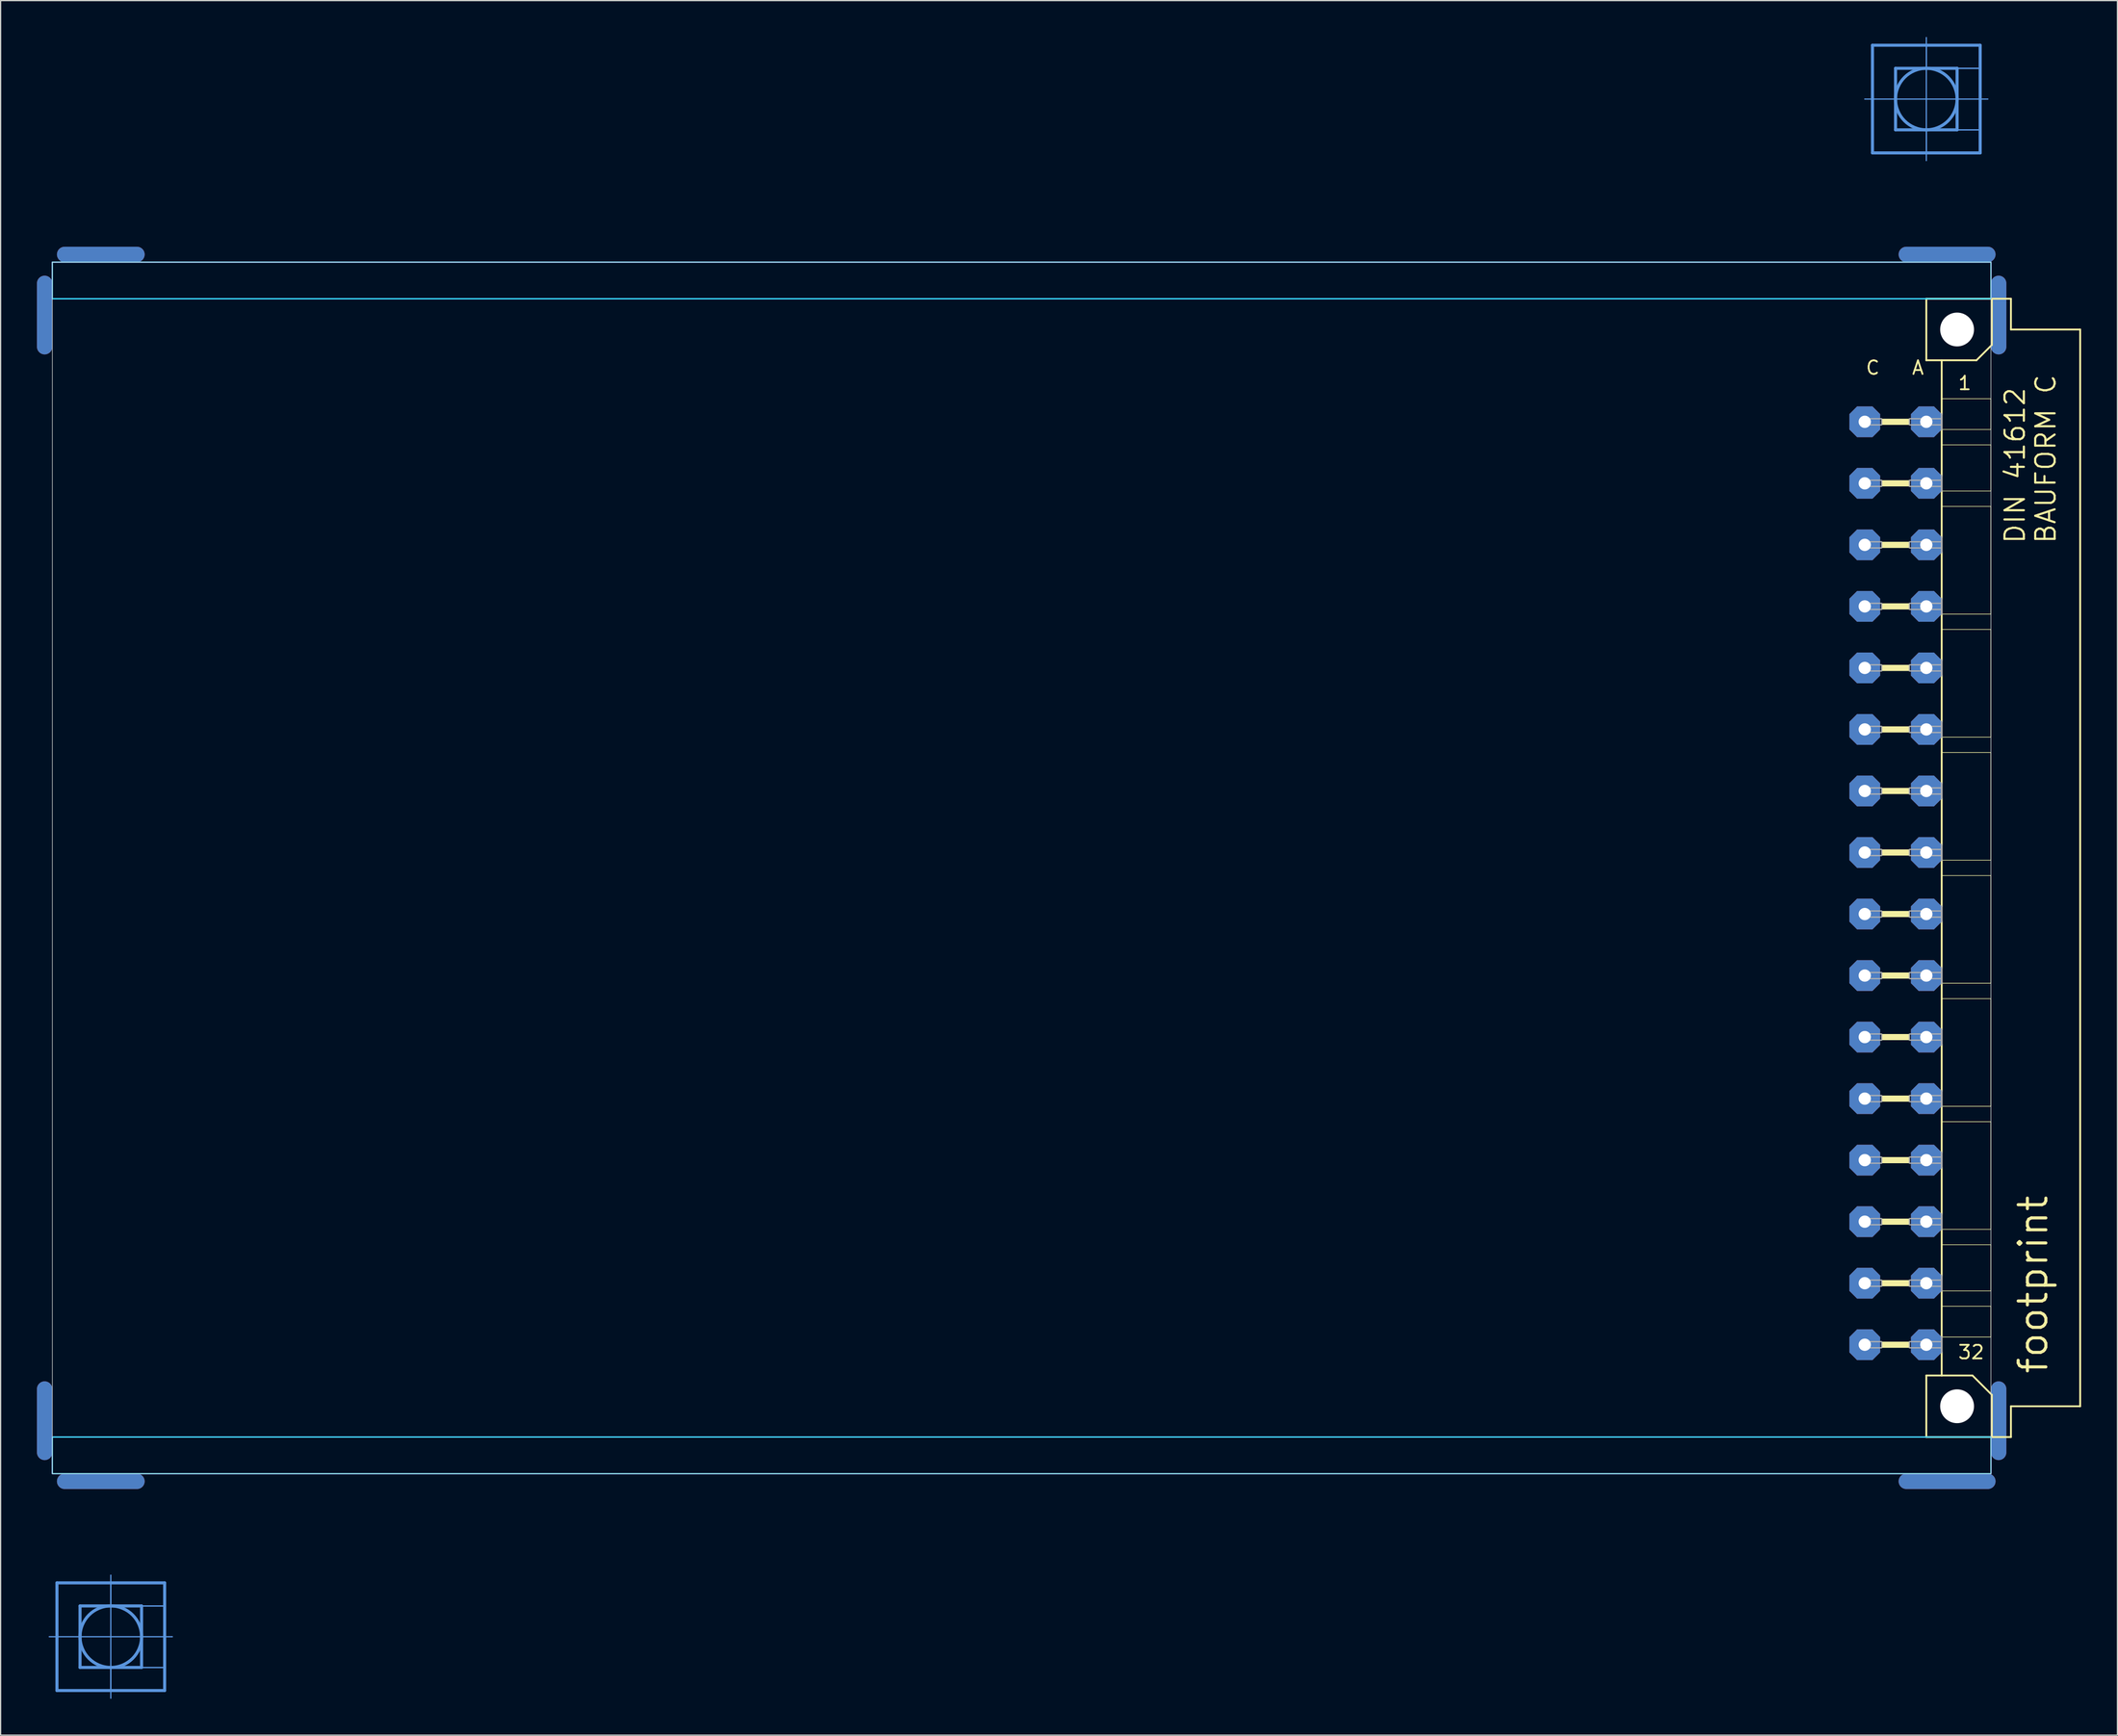
<source format=kicad_pcb>
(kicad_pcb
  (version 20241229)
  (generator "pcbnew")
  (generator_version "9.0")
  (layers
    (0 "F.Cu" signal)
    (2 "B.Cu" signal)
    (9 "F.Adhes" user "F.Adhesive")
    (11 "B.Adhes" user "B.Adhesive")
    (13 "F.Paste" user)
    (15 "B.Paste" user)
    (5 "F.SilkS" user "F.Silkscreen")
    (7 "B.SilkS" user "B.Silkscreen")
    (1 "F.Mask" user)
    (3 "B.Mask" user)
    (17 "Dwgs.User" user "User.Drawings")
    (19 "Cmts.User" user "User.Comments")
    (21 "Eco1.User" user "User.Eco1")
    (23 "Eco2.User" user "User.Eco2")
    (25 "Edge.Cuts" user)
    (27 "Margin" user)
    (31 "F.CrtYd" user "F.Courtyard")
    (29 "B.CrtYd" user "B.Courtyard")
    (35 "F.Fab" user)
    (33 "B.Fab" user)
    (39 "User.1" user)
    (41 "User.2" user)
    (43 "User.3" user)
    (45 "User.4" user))
  (footprint "footprint"
    (layer "F.Cu")
    (at 1.016 68.605)
    (property "Reference" "footprint" (at 165.1 41.91 90) (layer "F.SilkS") (effects (font (size 2.286 2.286) (thickness 0.254)) (justify left bottom)))
    (fp_line (start -0.381 -43.028) (end -0.381 -48.26) (stroke (width 1.27) (type solid)) (layer "F.Cu"))
    (fp_line (start -0.381 43.028) (end -0.381 48.26) (stroke (width 1.27) (type solid)) (layer "F.Cu"))
    (fp_line (start 7.239 -50.648) (end 1.27 -50.648) (stroke (width 1.27) (type solid)) (layer "F.Cu"))
    (fp_line (start 7.239 50.648) (end 1.27 50.648) (stroke (width 1.27) (type solid)) (layer "F.Cu"))
    (fp_line (start 153.289 -50.648) (end 160.02 -50.648) (stroke (width 1.27) (type solid)) (layer "F.Cu"))
    (fp_line (start 153.289 50.648) (end 160.02 50.648) (stroke (width 1.27) (type solid)) (layer "F.Cu"))
    (fp_line (start 160.909 -43.028) (end 160.909 -48.26) (stroke (width 1.27) (type solid)) (layer "F.Cu"))
    (fp_line (start 160.909 43.028) (end 160.909 48.26) (stroke (width 1.27) (type solid)) (layer "F.Cu"))
    (fp_line (start 0.254 -42.393) (end 0.254 -50.013) (stroke (width 0.152) (type solid)) (layer "F.Mask"))
    (fp_line (start 0.254 42.393) (end 0.254 50.013) (stroke (width 0.152) (type solid)) (layer "F.Mask"))
    (fp_line (start 7.874 -50.013) (end 0.254 -50.013) (stroke (width 0.152) (type solid)) (layer "F.Mask"))
    (fp_line (start 7.874 50.013) (end 0.254 50.013) (stroke (width 0.152) (type solid)) (layer "F.Mask"))
    (fp_line (start 152.654 -50.013) (end 160.274 -50.013) (stroke (width 0.152) (type solid)) (layer "F.Mask"))
    (fp_line (start 152.654 50.013) (end 160.274 50.013) (stroke (width 0.152) (type solid)) (layer "F.Mask"))
    (fp_line (start 160.274 -42.393) (end 160.274 -50.013) (stroke (width 0.152) (type solid)) (layer "F.Mask"))
    (fp_line (start 160.274 42.393) (end 160.274 50.013) (stroke (width 0.152) (type solid)) (layer "F.Mask"))
    (fp_line (start -0.381 -43.028) (end -0.381 -48.26) (stroke (width 1.27) (type solid)) (layer "B.Cu"))
    (fp_line (start -0.381 43.028) (end -0.381 48.26) (stroke (width 1.27) (type solid)) (layer "B.Cu"))
    (fp_line (start 7.239 -50.648) (end 1.27 -50.648) (stroke (width 1.27) (type solid)) (layer "B.Cu"))
    (fp_line (start 7.239 50.648) (end 1.27 50.648) (stroke (width 1.27) (type solid)) (layer "B.Cu"))
    (fp_line (start 153.289 -50.648) (end 160.02 -50.648) (stroke (width 1.27) (type solid)) (layer "B.Cu"))
    (fp_line (start 153.289 50.648) (end 160.02 50.648) (stroke (width 1.27) (type solid)) (layer "B.Cu"))
    (fp_line (start 160.909 -43.028) (end 160.909 -48.26) (stroke (width 1.27) (type solid)) (layer "B.Cu"))
    (fp_line (start 160.909 43.028) (end 160.909 48.26) (stroke (width 1.27) (type solid)) (layer "B.Cu"))
    (fp_line (start 0.254 -50.013) (end 7.874 -50.013) (stroke (width 0.152) (type solid)) (layer "B.Mask"))
    (fp_line (start 0.254 -42.393) (end 0.254 -50.013) (stroke (width 0.152) (type solid)) (layer "B.Mask"))
    (fp_line (start 0.254 50.013) (end 0.254 42.393) (stroke (width 0.152) (type solid)) (layer "B.Mask"))
    (fp_line (start 7.874 50.013) (end 0.254 50.013) (stroke (width 0.152) (type solid)) (layer "B.Mask"))
    (fp_line (start 152.654 -50.013) (end 160.274 -50.013) (stroke (width 0.152) (type solid)) (layer "B.Mask"))
    (fp_line (start 160.274 -50.013) (end 160.274 -42.393) (stroke (width 0.152) (type solid)) (layer "B.Mask"))
    (fp_line (start 160.274 42.393) (end 160.274 50.013) (stroke (width 0.152) (type solid)) (layer "B.Mask"))
    (fp_line (start 160.274 50.013) (end 152.654 50.013) (stroke (width 0.152) (type solid)) (layer "B.Mask"))
    (fp_line (start 154.94 -46.99) (end 154.94 -41.91) (stroke (width 0.152) (type solid)) (layer "F.SilkS"))
    (fp_line (start 154.94 -41.91) (end 156.21 -41.91) (stroke (width 0.152) (type solid)) (layer "F.SilkS"))
    (fp_line (start 154.94 41.91) (end 154.94 46.99) (stroke (width 0.152) (type solid)) (layer "F.SilkS"))
    (fp_line (start 154.94 41.91) (end 156.21 41.91) (stroke (width 0.152) (type solid)) (layer "F.SilkS"))
    (fp_line (start 154.94 46.99) (end 160.35 46.99) (stroke (width 0.152) (type solid)) (layer "F.SilkS"))
    (fp_line (start 156.21 -41.91) (end 156.21 -38.735) (stroke (width 0.152) (type solid)) (layer "F.SilkS"))
    (fp_line (start 156.21 -41.91) (end 159.08 -41.91) (stroke (width 0.152) (type solid)) (layer "F.SilkS"))
    (fp_line (start 156.21 -38.735) (end 156.21 -37.465) (stroke (width 0.152) (type solid)) (layer "F.SilkS"))
    (fp_line (start 156.21 -36.195) (end 156.21 -34.925) (stroke (width 0.152) (type solid)) (layer "F.SilkS"))
    (fp_line (start 156.21 -32.385) (end 156.21 -34.925) (stroke (width 0.152) (type solid)) (layer "F.SilkS"))
    (fp_line (start 156.21 -31.115) (end 156.21 -29.845) (stroke (width 0.152) (type solid)) (layer "F.SilkS"))
    (fp_line (start 156.21 -27.305) (end 156.21 -29.845) (stroke (width 0.152) (type solid)) (layer "F.SilkS"))
    (fp_line (start 156.21 -22.225) (end 156.21 -26.035) (stroke (width 0.152) (type solid)) (layer "F.SilkS"))
    (fp_line (start 156.21 -20.955) (end 156.21 -19.685) (stroke (width 0.152) (type solid)) (layer "F.SilkS"))
    (fp_line (start 156.21 -17.145) (end 156.21 -19.685) (stroke (width 0.152) (type solid)) (layer "F.SilkS"))
    (fp_line (start 156.21 -12.065) (end 156.21 -15.875) (stroke (width 0.152) (type solid)) (layer "F.SilkS"))
    (fp_line (start 156.21 -10.795) (end 156.21 -9.525) (stroke (width 0.152) (type solid)) (layer "F.SilkS"))
    (fp_line (start 156.21 -6.985) (end 156.21 -9.525) (stroke (width 0.152) (type solid)) (layer "F.SilkS"))
    (fp_line (start 156.21 -1.905) (end 156.21 -5.715) (stroke (width 0.152) (type solid)) (layer "F.SilkS"))
    (fp_line (start 156.21 -0.635) (end 156.21 0.635) (stroke (width 0.152) (type solid)) (layer "F.SilkS"))
    (fp_line (start 156.21 3.175) (end 156.21 0.635) (stroke (width 0.152) (type solid)) (layer "F.SilkS"))
    (fp_line (start 156.21 8.255) (end 156.21 4.445) (stroke (width 0.152) (type solid)) (layer "F.SilkS"))
    (fp_line (start 156.21 9.525) (end 156.21 10.795) (stroke (width 0.152) (type solid)) (layer "F.SilkS"))
    (fp_line (start 156.21 13.335) (end 156.21 10.795) (stroke (width 0.152) (type solid)) (layer "F.SilkS"))
    (fp_line (start 156.21 18.415) (end 156.21 14.605) (stroke (width 0.152) (type solid)) (layer "F.SilkS"))
    (fp_line (start 156.21 19.685) (end 156.21 20.955) (stroke (width 0.152) (type solid)) (layer "F.SilkS"))
    (fp_line (start 156.21 23.495) (end 156.21 20.955) (stroke (width 0.152) (type solid)) (layer "F.SilkS"))
    (fp_line (start 156.21 28.575) (end 156.21 24.765) (stroke (width 0.152) (type solid)) (layer "F.SilkS"))
    (fp_line (start 156.21 29.845) (end 156.21 31.115) (stroke (width 0.152) (type solid)) (layer "F.SilkS"))
    (fp_line (start 156.21 33.655) (end 156.21 31.115) (stroke (width 0.152) (type solid)) (layer "F.SilkS"))
    (fp_line (start 156.21 34.925) (end 156.21 36.195) (stroke (width 0.152) (type solid)) (layer "F.SilkS"))
    (fp_line (start 156.21 36.195) (end 156.21 38.735) (stroke (width 0.152) (type solid)) (layer "F.SilkS"))
    (fp_line (start 156.21 40.005) (end 156.21 41.91) (stroke (width 0.152) (type solid)) (layer "F.SilkS"))
    (fp_line (start 156.21 41.91) (end 158.75 41.91) (stroke (width 0.152) (type solid)) (layer "F.SilkS"))
    (fp_line (start 159.08 -41.91) (end 160.35 -43.18) (stroke (width 0.152) (type solid)) (layer "F.SilkS"))
    (fp_line (start 160.274 -38.735) (end 156.21 -38.735) (stroke (width 0.051) (type solid)) (layer "F.SilkS"))
    (fp_line (start 160.274 -38.735) (end 160.274 -36.195) (stroke (width 0.051) (type solid)) (layer "F.SilkS"))
    (fp_line (start 160.274 -36.195) (end 156.21 -36.195) (stroke (width 0.051) (type solid)) (layer "F.SilkS"))
    (fp_line (start 160.274 -34.925) (end 156.21 -34.925) (stroke (width 0.051) (type solid)) (layer "F.SilkS"))
    (fp_line (start 160.274 -34.925) (end 160.274 -31.115) (stroke (width 0.051) (type solid)) (layer "F.SilkS"))
    (fp_line (start 160.274 -31.115) (end 156.21 -31.115) (stroke (width 0.051) (type solid)) (layer "F.SilkS"))
    (fp_line (start 160.274 -29.845) (end 156.21 -29.845) (stroke (width 0.051) (type solid)) (layer "F.SilkS"))
    (fp_line (start 160.274 -29.845) (end 160.274 -20.955) (stroke (width 0.051) (type solid)) (layer "F.SilkS"))
    (fp_line (start 160.274 -20.955) (end 156.21 -20.955) (stroke (width 0.051) (type solid)) (layer "F.SilkS"))
    (fp_line (start 160.274 -19.685) (end 156.21 -19.685) (stroke (width 0.051) (type solid)) (layer "F.SilkS"))
    (fp_line (start 160.274 -19.685) (end 160.274 -10.795) (stroke (width 0.051) (type solid)) (layer "F.SilkS"))
    (fp_line (start 160.274 -10.795) (end 156.21 -10.795) (stroke (width 0.051) (type solid)) (layer "F.SilkS"))
    (fp_line (start 160.274 -9.525) (end 156.21 -9.525) (stroke (width 0.051) (type solid)) (layer "F.SilkS"))
    (fp_line (start 160.274 -9.525) (end 160.274 -0.635) (stroke (width 0.051) (type solid)) (layer "F.SilkS"))
    (fp_line (start 160.274 -0.635) (end 156.21 -0.635) (stroke (width 0.051) (type solid)) (layer "F.SilkS"))
    (fp_line (start 160.274 0.635) (end 156.21 0.635) (stroke (width 0.051) (type solid)) (layer "F.SilkS"))
    (fp_line (start 160.274 0.635) (end 160.274 9.525) (stroke (width 0.051) (type solid)) (layer "F.SilkS"))
    (fp_line (start 160.274 9.525) (end 156.21 9.525) (stroke (width 0.051) (type solid)) (layer "F.SilkS"))
    (fp_line (start 160.274 10.795) (end 156.21 10.795) (stroke (width 0.051) (type solid)) (layer "F.SilkS"))
    (fp_line (start 160.274 10.795) (end 160.274 19.685) (stroke (width 0.051) (type solid)) (layer "F.SilkS"))
    (fp_line (start 160.274 19.685) (end 156.21 19.685) (stroke (width 0.051) (type solid)) (layer "F.SilkS"))
    (fp_line (start 160.274 20.955) (end 156.21 20.955) (stroke (width 0.051) (type solid)) (layer "F.SilkS"))
    (fp_line (start 160.274 20.955) (end 160.274 29.845) (stroke (width 0.051) (type solid)) (layer "F.SilkS"))
    (fp_line (start 160.274 29.845) (end 156.21 29.845) (stroke (width 0.051) (type solid)) (layer "F.SilkS"))
    (fp_line (start 160.274 31.115) (end 156.21 31.115) (stroke (width 0.051) (type solid)) (layer "F.SilkS"))
    (fp_line (start 160.274 31.115) (end 160.274 34.925) (stroke (width 0.051) (type solid)) (layer "F.SilkS"))
    (fp_line (start 160.274 34.925) (end 156.21 34.925) (stroke (width 0.051) (type solid)) (layer "F.SilkS"))
    (fp_line (start 160.274 36.195) (end 156.21 36.195) (stroke (width 0.051) (type solid)) (layer "F.SilkS"))
    (fp_line (start 160.274 36.195) (end 160.274 38.735) (stroke (width 0.051) (type solid)) (layer "F.SilkS"))
    (fp_line (start 160.274 38.735) (end 156.21 38.735) (stroke (width 0.051) (type solid)) (layer "F.SilkS"))
    (fp_line (start 160.35 -46.99) (end 154.94 -46.99) (stroke (width 0.152) (type solid)) (layer "F.SilkS"))
    (fp_line (start 160.35 -43.18) (end 160.35 -46.99) (stroke (width 0.152) (type solid)) (layer "F.SilkS"))
    (fp_line (start 160.35 43.51) (end 158.75 41.91) (stroke (width 0.152) (type solid)) (layer "F.SilkS"))
    (fp_line (start 160.35 43.51) (end 160.35 46.99) (stroke (width 0.152) (type solid)) (layer "F.SilkS"))
    (fp_line (start 160.35 46.99) (end 161.925 46.99) (stroke (width 0.152) (type solid)) (layer "F.SilkS"))
    (fp_line (start 161.925 -46.99) (end 160.35 -46.99) (stroke (width 0.152) (type solid)) (layer "F.SilkS"))
    (fp_line (start 161.925 -44.45) (end 161.925 -46.99) (stroke (width 0.152) (type solid)) (layer "F.SilkS"))
    (fp_line (start 161.925 44.45) (end 167.64 44.45) (stroke (width 0.152) (type solid)) (layer "F.SilkS"))
    (fp_line (start 161.925 46.99) (end 161.925 44.45) (stroke (width 0.152) (type solid)) (layer "F.SilkS"))
    (fp_line (start 167.64 -44.45) (end 161.925 -44.45) (stroke (width 0.152) (type solid)) (layer "F.SilkS"))
    (fp_line (start 167.64 44.45) (end 167.64 -44.45) (stroke (width 0.152) (type solid)) (layer "F.SilkS"))
    (fp_circle (center 157.48 -44.45) (end 158.75 -44.45) (stroke (width 0.152) (type solid)) (fill no) (layer "F.SilkS"))
    (fp_circle (center 157.48 44.45) (end 158.75 44.45) (stroke (width 0.152) (type solid)) (fill no) (layer "F.SilkS"))
    (fp_poly (pts (xy 151.257 -36.576) (xy 153.543 -36.576) (xy 153.543 -37.084) (xy 151.257 -37.084)) (stroke (width 0) (type solid)) (fill yes) (layer "F.SilkS"))
    (fp_poly (pts (xy 151.257 -31.496) (xy 153.543 -31.496) (xy 153.543 -32.004) (xy 151.257 -32.004)) (stroke (width 0) (type solid)) (fill yes) (layer "F.SilkS"))
    (fp_poly (pts (xy 151.257 -26.416) (xy 153.543 -26.416) (xy 153.543 -26.924) (xy 151.257 -26.924)) (stroke (width 0) (type solid)) (fill yes) (layer "F.SilkS"))
    (fp_poly (pts (xy 151.257 -21.336) (xy 153.543 -21.336) (xy 153.543 -21.844) (xy 151.257 -21.844)) (stroke (width 0) (type solid)) (fill yes) (layer "F.SilkS"))
    (fp_poly (pts (xy 151.257 -16.256) (xy 153.543 -16.256) (xy 153.543 -16.764) (xy 151.257 -16.764)) (stroke (width 0) (type solid)) (fill yes) (layer "F.SilkS"))
    (fp_poly (pts (xy 151.257 -11.176) (xy 153.543 -11.176) (xy 153.543 -11.684) (xy 151.257 -11.684)) (stroke (width 0) (type solid)) (fill yes) (layer "F.SilkS"))
    (fp_poly (pts (xy 151.257 -6.096) (xy 153.543 -6.096) (xy 153.543 -6.604) (xy 151.257 -6.604)) (stroke (width 0) (type solid)) (fill yes) (layer "F.SilkS"))
    (fp_poly (pts (xy 151.257 -1.016) (xy 153.543 -1.016) (xy 153.543 -1.524) (xy 151.257 -1.524)) (stroke (width 0) (type solid)) (fill yes) (layer "F.SilkS"))
    (fp_poly (pts (xy 151.257 4.064) (xy 153.543 4.064) (xy 153.543 3.556) (xy 151.257 3.556)) (stroke (width 0) (type solid)) (fill yes) (layer "F.SilkS"))
    (fp_poly (pts (xy 151.257 9.144) (xy 153.543 9.144) (xy 153.543 8.636) (xy 151.257 8.636)) (stroke (width 0) (type solid)) (fill yes) (layer "F.SilkS"))
    (fp_poly (pts (xy 151.257 14.224) (xy 153.543 14.224) (xy 153.543 13.716) (xy 151.257 13.716)) (stroke (width 0) (type solid)) (fill yes) (layer "F.SilkS"))
    (fp_poly (pts (xy 151.257 19.304) (xy 153.543 19.304) (xy 153.543 18.796) (xy 151.257 18.796)) (stroke (width 0) (type solid)) (fill yes) (layer "F.SilkS"))
    (fp_poly (pts (xy 151.257 24.384) (xy 153.543 24.384) (xy 153.543 23.876) (xy 151.257 23.876)) (stroke (width 0) (type solid)) (fill yes) (layer "F.SilkS"))
    (fp_poly (pts (xy 151.257 29.464) (xy 153.543 29.464) (xy 153.543 28.956) (xy 151.257 28.956)) (stroke (width 0) (type solid)) (fill yes) (layer "F.SilkS"))
    (fp_poly (pts (xy 151.257 34.544) (xy 153.543 34.544) (xy 153.543 34.036) (xy 151.257 34.036)) (stroke (width 0) (type solid)) (fill yes) (layer "F.SilkS"))
    (fp_poly (pts (xy 151.257 39.624) (xy 153.543 39.624) (xy 153.543 39.116) (xy 151.257 39.116)) (stroke (width 0) (type solid)) (fill yes) (layer "F.SilkS"))
    (fp_line (start 0 63.475) (end 0.635 63.475) (stroke (width 0.102) (type solid)) (layer "Cmts.User"))
    (fp_line (start 0.635 59.03) (end 9.525 59.03) (stroke (width 0.254) (type solid)) (layer "Cmts.User"))
    (fp_line (start 0.635 63.475) (end 0.635 59.03) (stroke (width 0.254) (type solid)) (layer "Cmts.User"))
    (fp_line (start 0.635 63.475) (end 10.16 63.475) (stroke (width 0.102) (type solid)) (layer "Cmts.User"))
    (fp_line (start 0.635 67.92) (end 0.635 63.475) (stroke (width 0.254) (type solid)) (layer "Cmts.User"))
    (fp_line (start 2.54 60.935) (end 2.54 66.015) (stroke (width 0.254) (type solid)) (layer "Cmts.User"))
    (fp_line (start 2.54 66.015) (end 7.62 66.015) (stroke (width 0.254) (type solid)) (layer "Cmts.User"))
    (fp_line (start 5.08 68.555) (end 5.08 58.395) (stroke (width 0.102) (type solid)) (layer "Cmts.User"))
    (fp_line (start 7.62 60.935) (end 2.54 60.935) (stroke (width 0.254) (type solid)) (layer "Cmts.User"))
    (fp_line (start 7.62 66.015) (end 7.62 60.935) (stroke (width 0.254) (type solid)) (layer "Cmts.User"))
    (fp_line (start 9.525 59.03) (end 9.525 67.92) (stroke (width 0.254) (type solid)) (layer "Cmts.User"))
    (fp_line (start 9.525 67.92) (end 0.635 67.92) (stroke (width 0.254) (type solid)) (layer "Cmts.User"))
    (fp_line (start 149.86 -63.475) (end 150.495 -63.475) (stroke (width 0.102) (type solid)) (layer "Cmts.User"))
    (fp_line (start 150.495 -67.92) (end 159.385 -67.92) (stroke (width 0.254) (type solid)) (layer "Cmts.User"))
    (fp_line (start 150.495 -63.475) (end 150.495 -67.92) (stroke (width 0.254) (type solid)) (layer "Cmts.User"))
    (fp_line (start 150.495 -63.475) (end 160.02 -63.475) (stroke (width 0.102) (type solid)) (layer "Cmts.User"))
    (fp_line (start 150.495 -59.03) (end 150.495 -63.475) (stroke (width 0.254) (type solid)) (layer "Cmts.User"))
    (fp_line (start 152.4 -66.015) (end 152.4 -60.935) (stroke (width 0.254) (type solid)) (layer "Cmts.User"))
    (fp_line (start 152.4 -60.935) (end 157.48 -60.935) (stroke (width 0.254) (type solid)) (layer "Cmts.User"))
    (fp_line (start 154.94 -58.395) (end 154.94 -68.555) (stroke (width 0.102) (type solid)) (layer "Cmts.User"))
    (fp_line (start 157.48 -66.015) (end 152.4 -66.015) (stroke (width 0.254) (type solid)) (layer "Cmts.User"))
    (fp_line (start 157.48 -60.935) (end 157.48 -66.015) (stroke (width 0.254) (type solid)) (layer "Cmts.User"))
    (fp_line (start 159.385 -67.92) (end 159.385 -59.03) (stroke (width 0.254) (type solid)) (layer "Cmts.User"))
    (fp_line (start 159.385 -59.03) (end 150.495 -59.03) (stroke (width 0.254) (type solid)) (layer "Cmts.User"))
    (fp_circle (center 5.08 63.475) (end 7.62 63.475) (stroke (width 0.254) (type solid)) (fill no) (layer "Cmts.User"))
    (fp_circle (center 154.94 -63.475) (end 157.48 -63.475) (stroke (width 0.254) (type solid)) (fill no) (layer "Cmts.User"))
    (fp_poly (pts (xy 5.08 60.935) (xy 9.525 60.935) (xy 9.525 59.03) (xy 5.08 59.03)) (stroke (width 0.1) (type solid)) (fill no) (layer "Cmts.User"))
    (fp_poly (pts (xy 5.08 67.92) (xy 9.525 67.92) (xy 9.525 66.015) (xy 5.08 66.015)) (stroke (width 0.1) (type solid)) (fill no) (layer "Cmts.User"))
    (fp_poly (pts (xy 7.62 66.015) (xy 9.525 66.015) (xy 9.525 60.935) (xy 7.62 60.935)) (stroke (width 0.1) (type solid)) (fill no) (layer "Cmts.User"))
    (fp_poly (pts (xy 154.94 -66.015) (xy 159.385 -66.015) (xy 159.385 -67.92) (xy 154.94 -67.92)) (stroke (width 0.1) (type solid)) (fill no) (layer "Cmts.User"))
    (fp_poly (pts (xy 154.94 -59.03) (xy 159.385 -59.03) (xy 159.385 -60.935) (xy 154.94 -60.935)) (stroke (width 0.1) (type solid)) (fill no) (layer "Cmts.User"))
    (fp_poly (pts (xy 157.48 -60.935) (xy 159.385 -60.935) (xy 159.385 -66.015) (xy 157.48 -66.015)) (stroke (width 0.1) (type solid)) (fill no) (layer "Cmts.User"))
    (fp_line (start 0.254 -50.013) (end 0.254 50.013) (stroke (width 0.05) (type solid)) (layer "Edge.Cuts"))
    (fp_line (start 0.254 50.013) (end 160.274 50.013) (stroke (width 0.05) (type solid)) (layer "Edge.Cuts"))
    (fp_line (start 160.274 -50.013) (end 0.254 -50.013) (stroke (width 0.05) (type solid)) (layer "Edge.Cuts"))
    (fp_line (start 160.274 50.013) (end 160.274 -50.013) (stroke (width 0.05) (type solid)) (layer "Edge.Cuts"))
    (fp_poly (pts (xy 0.254 -46.99) (xy 160.274 -46.99) (xy 160.274 -50.013) (xy 0.254 -50.013)) (stroke (width 0.1) (type solid)) (fill no) (layer "B.CrtYd"))
    (fp_poly (pts (xy 0.254 50.013) (xy 160.274 50.013) (xy 160.274 46.99) (xy 0.254 46.99)) (stroke (width 0.1) (type solid)) (fill no) (layer "B.CrtYd"))
    (fp_poly (pts (xy 0.254 -46.99) (xy 160.274 -46.99) (xy 160.274 -50.013) (xy 0.254 -50.013)) (stroke (width 0.1) (type solid)) (fill no) (layer "F.CrtYd"))
    (fp_poly (pts (xy 0.254 50.013) (xy 160.274 50.013) (xy 160.274 46.99) (xy 0.254 46.99)) (stroke (width 0.1) (type solid)) (fill no) (layer "F.CrtYd"))
    (fp_line (start 156.21 -36.195) (end 156.21 -37.465) (stroke (width 0.152) (type solid)) (layer "F.Fab"))
    (fp_line (start 156.21 -31.115) (end 156.21 -32.385) (stroke (width 0.152) (type solid)) (layer "F.Fab"))
    (fp_line (start 156.21 -26.035) (end 156.21 -27.305) (stroke (width 0.152) (type solid)) (layer "F.Fab"))
    (fp_line (start 156.21 -20.955) (end 156.21 -22.225) (stroke (width 0.152) (type solid)) (layer "F.Fab"))
    (fp_line (start 156.21 -15.875) (end 156.21 -17.145) (stroke (width 0.152) (type solid)) (layer "F.Fab"))
    (fp_line (start 156.21 -10.795) (end 156.21 -12.065) (stroke (width 0.152) (type solid)) (layer "F.Fab"))
    (fp_line (start 156.21 -5.715) (end 156.21 -6.985) (stroke (width 0.152) (type solid)) (layer "F.Fab"))
    (fp_line (start 156.21 -0.635) (end 156.21 -1.905) (stroke (width 0.152) (type solid)) (layer "F.Fab"))
    (fp_line (start 156.21 4.445) (end 156.21 3.175) (stroke (width 0.152) (type solid)) (layer "F.Fab"))
    (fp_line (start 156.21 9.525) (end 156.21 8.255) (stroke (width 0.152) (type solid)) (layer "F.Fab"))
    (fp_line (start 156.21 14.605) (end 156.21 13.335) (stroke (width 0.152) (type solid)) (layer "F.Fab"))
    (fp_line (start 156.21 19.685) (end 156.21 18.415) (stroke (width 0.152) (type solid)) (layer "F.Fab"))
    (fp_line (start 156.21 24.765) (end 156.21 23.495) (stroke (width 0.152) (type solid)) (layer "F.Fab"))
    (fp_line (start 156.21 29.845) (end 156.21 28.575) (stroke (width 0.152) (type solid)) (layer "F.Fab"))
    (fp_line (start 156.21 34.925) (end 156.21 33.655) (stroke (width 0.152) (type solid)) (layer "F.Fab"))
    (fp_line (start 156.21 40.005) (end 156.21 38.735) (stroke (width 0.152) (type solid)) (layer "F.Fab"))
    (fp_poly (pts (xy 149.606 -36.576) (xy 151.257 -36.576) (xy 151.257 -37.084) (xy 149.606 -37.084)) (stroke (width 0.1) (type solid)) (fill no) (layer "F.Fab"))
    (fp_poly (pts (xy 149.606 -31.496) (xy 151.257 -31.496) (xy 151.257 -32.004) (xy 149.606 -32.004)) (stroke (width 0.1) (type solid)) (fill no) (layer "F.Fab"))
    (fp_poly (pts (xy 149.606 -26.416) (xy 151.257 -26.416) (xy 151.257 -26.924) (xy 149.606 -26.924)) (stroke (width 0.1) (type solid)) (fill no) (layer "F.Fab"))
    (fp_poly (pts (xy 149.606 -21.336) (xy 151.257 -21.336) (xy 151.257 -21.844) (xy 149.606 -21.844)) (stroke (width 0.1) (type solid)) (fill no) (layer "F.Fab"))
    (fp_poly (pts (xy 149.606 -16.256) (xy 151.257 -16.256) (xy 151.257 -16.764) (xy 149.606 -16.764)) (stroke (width 0.1) (type solid)) (fill no) (layer "F.Fab"))
    (fp_poly (pts (xy 149.606 -11.176) (xy 151.257 -11.176) (xy 151.257 -11.684) (xy 149.606 -11.684)) (stroke (width 0.1) (type solid)) (fill no) (layer "F.Fab"))
    (fp_poly (pts (xy 149.606 -6.096) (xy 151.257 -6.096) (xy 151.257 -6.604) (xy 149.606 -6.604)) (stroke (width 0.1) (type solid)) (fill no) (layer "F.Fab"))
    (fp_poly (pts (xy 149.606 -1.016) (xy 151.257 -1.016) (xy 151.257 -1.524) (xy 149.606 -1.524)) (stroke (width 0.1) (type solid)) (fill no) (layer "F.Fab"))
    (fp_poly (pts (xy 149.606 4.064) (xy 151.257 4.064) (xy 151.257 3.556) (xy 149.606 3.556)) (stroke (width 0.1) (type solid)) (fill no) (layer "F.Fab"))
    (fp_poly (pts (xy 149.606 9.144) (xy 151.257 9.144) (xy 151.257 8.636) (xy 149.606 8.636)) (stroke (width 0.1) (type solid)) (fill no) (layer "F.Fab"))
    (fp_poly (pts (xy 149.606 14.224) (xy 151.257 14.224) (xy 151.257 13.716) (xy 149.606 13.716)) (stroke (width 0.1) (type solid)) (fill no) (layer "F.Fab"))
    (fp_poly (pts (xy 149.606 19.304) (xy 151.257 19.304) (xy 151.257 18.796) (xy 149.606 18.796)) (stroke (width 0.1) (type solid)) (fill no) (layer "F.Fab"))
    (fp_poly (pts (xy 149.606 24.384) (xy 151.257 24.384) (xy 151.257 23.876) (xy 149.606 23.876)) (stroke (width 0.1) (type solid)) (fill no) (layer "F.Fab"))
    (fp_poly (pts (xy 149.606 29.464) (xy 151.257 29.464) (xy 151.257 28.956) (xy 149.606 28.956)) (stroke (width 0.1) (type solid)) (fill no) (layer "F.Fab"))
    (fp_poly (pts (xy 149.606 34.544) (xy 151.257 34.544) (xy 151.257 34.036) (xy 149.606 34.036)) (stroke (width 0.1) (type solid)) (fill no) (layer "F.Fab"))
    (fp_poly (pts (xy 149.606 39.624) (xy 151.257 39.624) (xy 151.257 39.116) (xy 149.606 39.116)) (stroke (width 0.1) (type solid)) (fill no) (layer "F.Fab"))
    (fp_poly (pts (xy 153.543 -36.576) (xy 156.21 -36.576) (xy 156.21 -37.084) (xy 153.543 -37.084)) (stroke (width 0.1) (type solid)) (fill no) (layer "F.Fab"))
    (fp_poly (pts (xy 153.543 -31.496) (xy 156.21 -31.496) (xy 156.21 -32.004) (xy 153.543 -32.004)) (stroke (width 0.1) (type solid)) (fill no) (layer "F.Fab"))
    (fp_poly (pts (xy 153.543 -26.416) (xy 156.21 -26.416) (xy 156.21 -26.924) (xy 153.543 -26.924)) (stroke (width 0.1) (type solid)) (fill no) (layer "F.Fab"))
    (fp_poly (pts (xy 153.543 -21.336) (xy 156.21 -21.336) (xy 156.21 -21.844) (xy 153.543 -21.844)) (stroke (width 0.1) (type solid)) (fill no) (layer "F.Fab"))
    (fp_poly (pts (xy 153.543 -16.256) (xy 156.21 -16.256) (xy 156.21 -16.764) (xy 153.543 -16.764)) (stroke (width 0.1) (type solid)) (fill no) (layer "F.Fab"))
    (fp_poly (pts (xy 153.543 -11.176) (xy 156.21 -11.176) (xy 156.21 -11.684) (xy 153.543 -11.684)) (stroke (width 0.1) (type solid)) (fill no) (layer "F.Fab"))
    (fp_poly (pts (xy 153.543 -6.096) (xy 156.21 -6.096) (xy 156.21 -6.604) (xy 153.543 -6.604)) (stroke (width 0.1) (type solid)) (fill no) (layer "F.Fab"))
    (fp_poly (pts (xy 153.543 -1.016) (xy 156.21 -1.016) (xy 156.21 -1.524) (xy 153.543 -1.524)) (stroke (width 0.1) (type solid)) (fill no) (layer "F.Fab"))
    (fp_poly (pts (xy 153.543 4.064) (xy 156.21 4.064) (xy 156.21 3.556) (xy 153.543 3.556)) (stroke (width 0.1) (type solid)) (fill no) (layer "F.Fab"))
    (fp_poly (pts (xy 153.543 9.144) (xy 156.21 9.144) (xy 156.21 8.636) (xy 153.543 8.636)) (stroke (width 0.1) (type solid)) (fill no) (layer "F.Fab"))
    (fp_poly (pts (xy 153.543 14.224) (xy 156.21 14.224) (xy 156.21 13.716) (xy 153.543 13.716)) (stroke (width 0.1) (type solid)) (fill no) (layer "F.Fab"))
    (fp_poly (pts (xy 153.543 19.304) (xy 156.21 19.304) (xy 156.21 18.796) (xy 153.543 18.796)) (stroke (width 0.1) (type solid)) (fill no) (layer "F.Fab"))
    (fp_poly (pts (xy 153.543 24.384) (xy 156.21 24.384) (xy 156.21 23.876) (xy 153.543 23.876)) (stroke (width 0.1) (type solid)) (fill no) (layer "F.Fab"))
    (fp_poly (pts (xy 153.543 29.464) (xy 156.21 29.464) (xy 156.21 28.956) (xy 153.543 28.956)) (stroke (width 0.1) (type solid)) (fill no) (layer "F.Fab"))
    (fp_poly (pts (xy 153.543 34.544) (xy 156.21 34.544) (xy 156.21 34.036) (xy 153.543 34.036)) (stroke (width 0.1) (type solid)) (fill no) (layer "F.Fab"))
    (fp_poly (pts (xy 153.543 39.624) (xy 156.21 39.624) (xy 156.21 39.116) (xy 153.543 39.116)) (stroke (width 0.1) (type solid)) (fill no) (layer "F.Fab"))
    (fp_text user "32" (at 157.48 40.64 0) (layer "F.SilkS") (effects (font (size 1.118 1.118) (thickness 0.152)) (justify left bottom)))
    (fp_text user "BAUFORM C" (at 165.735 -26.67 90) (layer "F.SilkS") (effects (font (size 1.6 1.6) (thickness 0.178)) (justify left bottom)))
    (fp_text user "DIN 41612" (at 163.195 -26.67 90) (layer "F.SilkS") (effects (font (size 1.6 1.6) (thickness 0.178)) (justify left bottom)))
    (fp_text user "C" (at 149.86 -40.64 0) (layer "F.SilkS") (effects (font (size 1.118 1.118) (thickness 0.152)) (justify left bottom)))
    (fp_text user "A" (at 153.67 -40.64 0) (layer "F.SilkS") (effects (font (size 1.118 1.118) (thickness 0.152)) (justify left bottom)))
    (fp_text user "1" (at 157.48 -39.37 0) (layer "F.SilkS") (effects (font (size 1.118 1.118) (thickness 0.152)) (justify left bottom)))
    (pad "" np_thru_hole circle (at 157.48 -44.45) (size 2.794 2.794) (drill 2.794) (layers "*.Cu" "*.Mask"))
    (pad "" np_thru_hole circle (at 157.48 44.45) (size 2.794 2.794) (drill 2.794) (layers "*.Cu" "*.Mask"))
    (pad "A2" thru_hole roundrect (at 154.94 -36.83) (size 2.54 2.54) (drill 1.016) (layers "*.Cu" "*.Mask") (roundrect_rratio 0.25) (chamfer_ratio 0.25) (chamfer top_left top_right bottom_left bottom_right))
    (pad "A4" thru_hole roundrect (at 154.94 -31.75) (size 2.54 2.54) (drill 1.016) (layers "*.Cu" "*.Mask") (roundrect_rratio 0.25) (chamfer_ratio 0.25) (chamfer top_left top_right bottom_left bottom_right))
    (pad "A6" thru_hole roundrect (at 154.94 -26.67) (size 2.54 2.54) (drill 1.016) (layers "*.Cu" "*.Mask") (roundrect_rratio 0.25) (chamfer_ratio 0.25) (chamfer top_left top_right bottom_left bottom_right))
    (pad "A8" thru_hole roundrect (at 154.94 -21.59) (size 2.54 2.54) (drill 1.016) (layers "*.Cu" "*.Mask") (roundrect_rratio 0.25) (chamfer_ratio 0.25) (chamfer top_left top_right bottom_left bottom_right))
    (pad "A10" thru_hole roundrect (at 154.94 -16.51) (size 2.54 2.54) (drill 1.016) (layers "*.Cu" "*.Mask") (roundrect_rratio 0.25) (chamfer_ratio 0.25) (chamfer top_left top_right bottom_left bottom_right))
    (pad "A12" thru_hole roundrect (at 154.94 -11.43) (size 2.54 2.54) (drill 1.016) (layers "*.Cu" "*.Mask") (roundrect_rratio 0.25) (chamfer_ratio 0.25) (chamfer top_left top_right bottom_left bottom_right))
    (pad "A14" thru_hole roundrect (at 154.94 -6.35) (size 2.54 2.54) (drill 1.016) (layers "*.Cu" "*.Mask") (roundrect_rratio 0.25) (chamfer_ratio 0.25) (chamfer top_left top_right bottom_left bottom_right))
    (pad "A16" thru_hole roundrect (at 154.94 -1.27) (size 2.54 2.54) (drill 1.016) (layers "*.Cu" "*.Mask") (roundrect_rratio 0.25) (chamfer_ratio 0.25) (chamfer top_left top_right bottom_left bottom_right))
    (pad "A18" thru_hole roundrect (at 154.94 3.81) (size 2.54 2.54) (drill 1.016) (layers "*.Cu" "*.Mask") (roundrect_rratio 0.25) (chamfer_ratio 0.25) (chamfer top_left top_right bottom_left bottom_right))
    (pad "A20" thru_hole roundrect (at 154.94 8.89) (size 2.54 2.54) (drill 1.016) (layers "*.Cu" "*.Mask") (roundrect_rratio 0.25) (chamfer_ratio 0.25) (chamfer top_left top_right bottom_left bottom_right))
    (pad "A22" thru_hole roundrect (at 154.94 13.97) (size 2.54 2.54) (drill 1.016) (layers "*.Cu" "*.Mask") (roundrect_rratio 0.25) (chamfer_ratio 0.25) (chamfer top_left top_right bottom_left bottom_right))
    (pad "A24" thru_hole roundrect (at 154.94 19.05) (size 2.54 2.54) (drill 1.016) (layers "*.Cu" "*.Mask") (roundrect_rratio 0.25) (chamfer_ratio 0.25) (chamfer top_left top_right bottom_left bottom_right))
    (pad "A26" thru_hole roundrect (at 154.94 24.13) (size 2.54 2.54) (drill 1.016) (layers "*.Cu" "*.Mask") (roundrect_rratio 0.25) (chamfer_ratio 0.25) (chamfer top_left top_right bottom_left bottom_right))
    (pad "A28" thru_hole roundrect (at 154.94 29.21) (size 2.54 2.54) (drill 1.016) (layers "*.Cu" "*.Mask") (roundrect_rratio 0.25) (chamfer_ratio 0.25) (chamfer top_left top_right bottom_left bottom_right))
    (pad "A30" thru_hole roundrect (at 154.94 34.29) (size 2.54 2.54) (drill 1.016) (layers "*.Cu" "*.Mask") (roundrect_rratio 0.25) (chamfer_ratio 0.25) (chamfer top_left top_right bottom_left bottom_right))
    (pad "A32" thru_hole roundrect (at 154.94 39.37) (size 2.54 2.54) (drill 1.016) (layers "*.Cu" "*.Mask") (roundrect_rratio 0.25) (chamfer_ratio 0.25) (chamfer top_left top_right bottom_left bottom_right))
    (pad "C2" thru_hole roundrect (at 149.86 -36.83) (size 2.54 2.54) (drill 1.016) (layers "*.Cu" "*.Mask") (roundrect_rratio 0.25) (chamfer_ratio 0.25) (chamfer top_left top_right bottom_left bottom_right))
    (pad "C4" thru_hole roundrect (at 149.86 -31.75) (size 2.54 2.54) (drill 1.016) (layers "*.Cu" "*.Mask") (roundrect_rratio 0.25) (chamfer_ratio 0.25) (chamfer top_left top_right bottom_left bottom_right))
    (pad "C6" thru_hole roundrect (at 149.86 -26.67) (size 2.54 2.54) (drill 1.016) (layers "*.Cu" "*.Mask") (roundrect_rratio 0.25) (chamfer_ratio 0.25) (chamfer top_left top_right bottom_left bottom_right))
    (pad "C8" thru_hole roundrect (at 149.86 -21.59) (size 2.54 2.54) (drill 1.016) (layers "*.Cu" "*.Mask") (roundrect_rratio 0.25) (chamfer_ratio 0.25) (chamfer top_left top_right bottom_left bottom_right))
    (pad "C10" thru_hole roundrect (at 149.86 -16.51) (size 2.54 2.54) (drill 1.016) (layers "*.Cu" "*.Mask") (roundrect_rratio 0.25) (chamfer_ratio 0.25) (chamfer top_left top_right bottom_left bottom_right))
    (pad "C12" thru_hole roundrect (at 149.86 -11.43) (size 2.54 2.54) (drill 1.016) (layers "*.Cu" "*.Mask") (roundrect_rratio 0.25) (chamfer_ratio 0.25) (chamfer top_left top_right bottom_left bottom_right))
    (pad "C14" thru_hole roundrect (at 149.86 -6.35) (size 2.54 2.54) (drill 1.016) (layers "*.Cu" "*.Mask") (roundrect_rratio 0.25) (chamfer_ratio 0.25) (chamfer top_left top_right bottom_left bottom_right))
    (pad "C16" thru_hole roundrect (at 149.86 -1.27) (size 2.54 2.54) (drill 1.016) (layers "*.Cu" "*.Mask") (roundrect_rratio 0.25) (chamfer_ratio 0.25) (chamfer top_left top_right bottom_left bottom_right))
    (pad "C18" thru_hole roundrect (at 149.86 3.81) (size 2.54 2.54) (drill 1.016) (layers "*.Cu" "*.Mask") (roundrect_rratio 0.25) (chamfer_ratio 0.25) (chamfer top_left top_right bottom_left bottom_right))
    (pad "C20" thru_hole roundrect (at 149.86 8.89) (size 2.54 2.54) (drill 1.016) (layers "*.Cu" "*.Mask") (roundrect_rratio 0.25) (chamfer_ratio 0.25) (chamfer top_left top_right bottom_left bottom_right))
    (pad "C22" thru_hole roundrect (at 149.86 13.97) (size 2.54 2.54) (drill 1.016) (layers "*.Cu" "*.Mask") (roundrect_rratio 0.25) (chamfer_ratio 0.25) (chamfer top_left top_right bottom_left bottom_right))
    (pad "C24" thru_hole roundrect (at 149.86 19.05) (size 2.54 2.54) (drill 1.016) (layers "*.Cu" "*.Mask") (roundrect_rratio 0.25) (chamfer_ratio 0.25) (chamfer top_left top_right bottom_left bottom_right))
    (pad "C26" thru_hole roundrect (at 149.86 24.13) (size 2.54 2.54) (drill 1.016) (layers "*.Cu" "*.Mask") (roundrect_rratio 0.25) (chamfer_ratio 0.25) (chamfer top_left top_right bottom_left bottom_right))
    (pad "C28" thru_hole roundrect (at 149.86 29.21) (size 2.54 2.54) (drill 1.016) (layers "*.Cu" "*.Mask") (roundrect_rratio 0.25) (chamfer_ratio 0.25) (chamfer top_left top_right bottom_left bottom_right))
    (pad "C30" thru_hole roundrect (at 149.86 34.29) (size 2.54 2.54) (drill 1.016) (layers "*.Cu" "*.Mask") (roundrect_rratio 0.25) (chamfer_ratio 0.25) (chamfer top_left top_right bottom_left bottom_right))
    (pad "C32" thru_hole roundrect (at 149.86 39.37) (size 2.54 2.54) (drill 1.016) (layers "*.Cu" "*.Mask") (roundrect_rratio 0.25) (chamfer_ratio 0.25) (chamfer top_left top_right bottom_left bottom_right))
    (zone (net_name "") (layers "F.Cu" "B.Cu") (hatch edge 0.508) (connect_pads) (min_thickness 0.254) (filled_areas_thickness no) (keepout (tracks allowed) (vias not_allowed) (pads allowed) (copperpour allowed) (footprints allowed)) (placement (enabled no)) (fill) (polygon (pts (xy 1.27 21.615) (xy 161.29 21.615) (xy 161.29 18.593) (xy 1.27 18.593))))
    (zone (net_name "") (layers "F.Cu" "B.Cu") (hatch edge 0.508) (connect_pads) (min_thickness 0.254) (filled_areas_thickness no) (keepout (tracks allowed) (vias not_allowed) (pads allowed) (copperpour allowed) (footprints allowed)) (placement (enabled no)) (fill) (polygon (pts (xy 1.27 118.618) (xy 161.29 118.618) (xy 161.29 115.595) (xy 1.27 115.595))))
    (zone (net_name "") (layers "F.Cu" "B.Cu") (hatch edge 0.508) (connect_pads) (min_thickness 0.254) (filled_areas_thickness no) (keepout (tracks allowed) (vias not_allowed) (pads allowed) (copperpour allowed) (footprints allowed)) (placement (enabled no)) (fill) (polygon (pts (xy 160.782 24.155) (xy 160.747 23.758) (xy 160.644 23.374) (xy 160.476 23.012) (xy 160.247 22.686) (xy 159.965 22.404) (xy 159.639 22.176) (xy 159.278 22.007) (xy 158.893 21.904) (xy 158.496 21.869) (xy 158.099 21.904) (xy 157.714 22.007) (xy 157.353 22.176) (xy 157.027 22.404) (xy 156.745 22.686) (xy 156.516 23.012) (xy 156.348 23.374) (xy 156.245 23.758) (xy 156.21 24.155) (xy 156.245 24.552) (xy 156.348 24.937) (xy 156.516 25.298) (xy 156.745 25.625) (xy 157.027 25.907) (xy 157.353 26.135) (xy 157.714 26.304) (xy 158.099 26.407) (xy 158.496 26.441) (xy 158.893 26.407) (xy 159.278 26.304) (xy 159.639 26.135) (xy 159.965 25.907) (xy 160.247 25.625) (xy 160.476 25.298) (xy 160.644 24.937) (xy 160.747 24.552))))
    (zone (net_name "") (layers "F.Cu" "B.Cu") (hatch edge 0.508) (connect_pads) (min_thickness 0.254) (filled_areas_thickness no) (keepout (tracks allowed) (vias not_allowed) (pads allowed) (copperpour allowed) (footprints allowed)) (placement (enabled no)) (fill) (polygon (pts (xy 160.782 113.055) (xy 160.747 112.658) (xy 160.644 112.274) (xy 160.476 111.912) (xy 160.247 111.586) (xy 159.965 111.304) (xy 159.639 111.076) (xy 159.278 110.907) (xy 158.893 110.804) (xy 158.496 110.769) (xy 158.099 110.804) (xy 157.714 110.907) (xy 157.353 111.076) (xy 157.027 111.304) (xy 156.745 111.586) (xy 156.516 111.912) (xy 156.348 112.274) (xy 156.245 112.658) (xy 156.21 113.055) (xy 156.245 113.452) (xy 156.348 113.837) (xy 156.516 114.198) (xy 156.745 114.525) (xy 157.027 114.807) (xy 157.353 115.035) (xy 157.714 115.204) (xy 158.099 115.307) (xy 158.496 115.341) (xy 158.893 115.307) (xy 159.278 115.204) (xy 159.639 115.035) (xy 159.965 114.807) (xy 160.247 114.525) (xy 160.476 114.198) (xy 160.644 113.837) (xy 160.747 113.452))))
    (zone (net_name "") (layer "B.Cu") (hatch edge 0.508) (connect_pads) (min_thickness 0.254) (filled_areas_thickness no) (keepout (tracks not_allowed) (vias not_allowed) (pads not_allowed) (copperpour not_allowed) (footprints allowed)) (placement (enabled no)) (fill) (polygon (pts (xy 160.782 24.155) (xy 160.747 23.758) (xy 160.644 23.374) (xy 160.476 23.012) (xy 160.247 22.686) (xy 159.965 22.404) (xy 159.639 22.176) (xy 159.278 22.007) (xy 158.893 21.904) (xy 158.496 21.869) (xy 158.099 21.904) (xy 157.714 22.007) (xy 157.353 22.176) (xy 157.027 22.404) (xy 156.745 22.686) (xy 156.516 23.012) (xy 156.348 23.374) (xy 156.245 23.758) (xy 156.21 24.155) (xy 156.245 24.552) (xy 156.348 24.937) (xy 156.516 25.298) (xy 156.745 25.625) (xy 157.027 25.907) (xy 157.353 26.135) (xy 157.714 26.304) (xy 158.099 26.407) (xy 158.496 26.441) (xy 158.893 26.407) (xy 159.278 26.304) (xy 159.639 26.135) (xy 159.965 25.907) (xy 160.247 25.625) (xy 160.476 25.298) (xy 160.644 24.937) (xy 160.747 24.552))))
    (zone (net_name "") (layer "B.Cu") (hatch edge 0.508) (connect_pads) (min_thickness 0.254) (filled_areas_thickness no) (keepout (tracks not_allowed) (vias not_allowed) (pads not_allowed) (copperpour not_allowed) (footprints allowed)) (placement (enabled no)) (fill) (polygon (pts (xy 160.782 113.055) (xy 160.747 112.658) (xy 160.644 112.274) (xy 160.476 111.912) (xy 160.247 111.586) (xy 159.965 111.304) (xy 159.639 111.076) (xy 159.278 110.907) (xy 158.893 110.804) (xy 158.496 110.769) (xy 158.099 110.804) (xy 157.714 110.907) (xy 157.353 111.076) (xy 157.027 111.304) (xy 156.745 111.586) (xy 156.516 111.912) (xy 156.348 112.274) (xy 156.245 112.658) (xy 156.21 113.055) (xy 156.245 113.452) (xy 156.348 113.837) (xy 156.516 114.198) (xy 156.745 114.525) (xy 157.027 114.807) (xy 157.353 115.035) (xy 157.714 115.204) (xy 158.099 115.307) (xy 158.496 115.341) (xy 158.893 115.307) (xy 159.278 115.204) (xy 159.639 115.035) (xy 159.965 114.807) (xy 160.247 114.525) (xy 160.476 114.198) (xy 160.644 113.837) (xy 160.747 113.452)))))
  (gr_rect
    (start -3 -3)
    (end 171.732 140.211)
    (stroke (width 0.1) (type default))
    (fill no)
    (layer "Edge.Cuts")))
</source>
